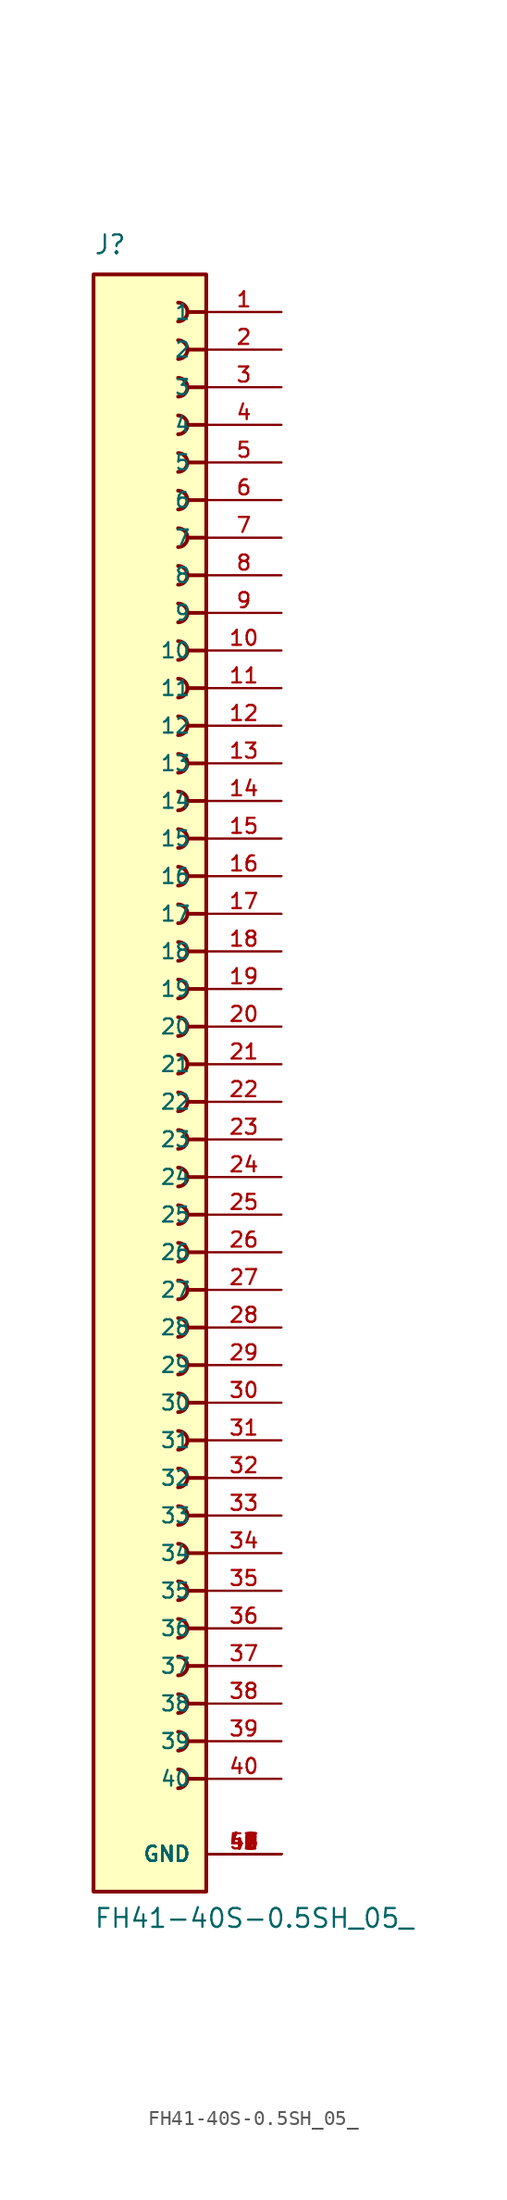
<source format=kicad_sym>
(kicad_symbol_lib
  (version 20211014)
  (generator kicad_symbol_editor)
  (symbol "FH41-40S-0.5SH_05_"
    (pin_names
      (offset 1.016))
    (property "Reference" "J"
      (at -7.62 54.61 0)
      (effects (font (size 1.27 1.27)) (justify bottom left)))
    (property "Value" "FH41-40S-0.5SH_05_"
      (at -7.62 -58.42 0)
      (effects (font (size 1.27 1.27)) (justify bottom left)))
    (symbol "FH41-40S-0.5SH_05__0_0"
      (polyline (pts (xy 0.0 50.8) (xy -1.27 50.8)) (stroke (width 0.254)))
      (arc (start -1.905 50.165) (mid -1.27 50.8) (end -1.905 51.435) (stroke (width 0.254) (type default) (color 0 0 0 0)) (fill (type none)))
      (polyline (pts (xy 0.0 48.26) (xy -1.27 48.26)) (stroke (width 0.254)))
      (arc (start -1.905 47.625) (mid -1.27 48.26) (end -1.905 48.895) (stroke (width 0.254) (type default) (color 0 0 0 0)) (fill (type none)))
      (polyline (pts (xy 0.0 45.72) (xy -1.27 45.72)) (stroke (width 0.254)))
      (arc (start -1.905 45.085) (mid -1.27 45.72) (end -1.905 46.355) (stroke (width 0.254) (type default) (color 0 0 0 0)) (fill (type none)))
      (polyline (pts (xy 0.0 43.18) (xy -1.27 43.18)) (stroke (width 0.254)))
      (arc (start -1.905 42.545) (mid -1.27 43.18) (end -1.905 43.815) (stroke (width 0.254) (type default) (color 0 0 0 0)) (fill (type none)))
      (polyline (pts (xy 0.0 40.64) (xy -1.27 40.64)) (stroke (width 0.254)))
      (arc (start -1.905 40.005) (mid -1.27 40.64) (end -1.905 41.275) (stroke (width 0.254) (type default) (color 0 0 0 0)) (fill (type none)))
      (polyline (pts (xy 0.0 38.1) (xy -1.27 38.1)) (stroke (width 0.254)))
      (arc (start -1.905 37.465) (mid -1.27 38.1) (end -1.905 38.735) (stroke (width 0.254) (type default) (color 0 0 0 0)) (fill (type none)))
      (polyline (pts (xy 0.0 35.56) (xy -1.27 35.56)) (stroke (width 0.254)))
      (arc (start -1.905 34.925) (mid -1.27 35.56) (end -1.905 36.195) (stroke (width 0.254) (type default) (color 0 0 0 0)) (fill (type none)))
      (polyline (pts (xy 0.0 33.02) (xy -1.27 33.02)) (stroke (width 0.254)))
      (arc (start -1.905 32.385) (mid -1.27 33.02) (end -1.905 33.655) (stroke (width 0.254) (type default) (color 0 0 0 0)) (fill (type none)))
      (polyline (pts (xy 0.0 30.48) (xy -1.27 30.48)) (stroke (width 0.254)))
      (arc (start -1.905 29.845) (mid -1.27 30.48) (end -1.905 31.115) (stroke (width 0.254) (type default) (color 0 0 0 0)) (fill (type none)))
      (polyline (pts (xy 0.0 27.94) (xy -1.27 27.94)) (stroke (width 0.254)))
      (arc (start -1.905 27.305) (mid -1.27 27.94) (end -1.905 28.575) (stroke (width 0.254) (type default) (color 0 0 0 0)) (fill (type none)))
      (polyline (pts (xy 0.0 25.4) (xy -1.27 25.4)) (stroke (width 0.254)))
      (arc (start -1.905 24.765) (mid -1.27 25.4) (end -1.905 26.035) (stroke (width 0.254) (type default) (color 0 0 0 0)) (fill (type none)))
      (polyline (pts (xy 0.0 22.86) (xy -1.27 22.86)) (stroke (width 0.254)))
      (arc (start -1.905 22.225) (mid -1.27 22.86) (end -1.905 23.495) (stroke (width 0.254) (type default) (color 0 0 0 0)) (fill (type none)))
      (polyline (pts (xy 0.0 20.32) (xy -1.27 20.32)) (stroke (width 0.254)))
      (arc (start -1.905 19.685) (mid -1.27 20.32) (end -1.905 20.955) (stroke (width 0.254) (type default) (color 0 0 0 0)) (fill (type none)))
      (polyline (pts (xy 0.0 17.78) (xy -1.27 17.78)) (stroke (width 0.254)))
      (arc (start -1.905 17.145) (mid -1.27 17.78) (end -1.905 18.415) (stroke (width 0.254) (type default) (color 0 0 0 0)) (fill (type none)))
      (polyline (pts (xy 0.0 15.24) (xy -1.27 15.24)) (stroke (width 0.254)))
      (arc (start -1.905 14.605) (mid -1.27 15.24) (end -1.905 15.875) (stroke (width 0.254) (type default) (color 0 0 0 0)) (fill (type none)))
      (polyline (pts (xy 0.0 12.7) (xy -1.27 12.7)) (stroke (width 0.254)))
      (arc (start -1.905 12.065) (mid -1.27 12.7) (end -1.905 13.335) (stroke (width 0.254) (type default) (color 0 0 0 0)) (fill (type none)))
      (polyline (pts (xy 0.0 10.16) (xy -1.27 10.16)) (stroke (width 0.254)))
      (arc (start -1.905 9.525) (mid -1.27 10.16) (end -1.905 10.795) (stroke (width 0.254) (type default) (color 0 0 0 0)) (fill (type none)))
      (polyline (pts (xy 0.0 7.62) (xy -1.27 7.62)) (stroke (width 0.254)))
      (arc (start -1.905 6.985) (mid -1.27 7.62) (end -1.905 8.255) (stroke (width 0.254) (type default) (color 0 0 0 0)) (fill (type none)))
      (polyline (pts (xy 0.0 5.08) (xy -1.27 5.08)) (stroke (width 0.254)))
      (arc (start -1.905 4.445) (mid -1.27 5.08) (end -1.905 5.715) (stroke (width 0.254) (type default) (color 0 0 0 0)) (fill (type none)))
      (polyline (pts (xy 0.0 2.54) (xy -1.27 2.54)) (stroke (width 0.254)))
      (arc (start -1.905 1.905) (mid -1.27 2.54) (end -1.905 3.175) (stroke (width 0.254) (type default) (color 0 0 0 0)) (fill (type none)))
      (polyline (pts (xy 0.0 0.0) (xy -1.27 0.0)) (stroke (width 0.254)))
      (arc (start -1.905 -0.635) (mid -1.27 0.0) (end -1.905 0.635) (stroke (width 0.254) (type default) (color 0 0 0 0)) (fill (type none)))
      (polyline (pts (xy 0.0 -2.54) (xy -1.27 -2.54)) (stroke (width 0.254)))
      (arc (start -1.905 -3.175) (mid -1.27 -2.54) (end -1.905 -1.905) (stroke (width 0.254) (type default) (color 0 0 0 0)) (fill (type none)))
      (polyline (pts (xy 0.0 -5.08) (xy -1.27 -5.08)) (stroke (width 0.254)))
      (arc (start -1.905 -5.715) (mid -1.27 -5.08) (end -1.905 -4.445) (stroke (width 0.254) (type default) (color 0 0 0 0)) (fill (type none)))
      (polyline (pts (xy 0.0 -7.62) (xy -1.27 -7.62)) (stroke (width 0.254)))
      (arc (start -1.905 -8.255) (mid -1.27 -7.62) (end -1.905 -6.985) (stroke (width 0.254) (type default) (color 0 0 0 0)) (fill (type none)))
      (polyline (pts (xy 0.0 -10.16) (xy -1.27 -10.16)) (stroke (width 0.254)))
      (arc (start -1.905 -10.795) (mid -1.27 -10.16) (end -1.905 -9.525) (stroke (width 0.254) (type default) (color 0 0 0 0)) (fill (type none)))
      (polyline (pts (xy 0.0 -12.7) (xy -1.27 -12.7)) (stroke (width 0.254)))
      (arc (start -1.905 -13.335) (mid -1.27 -12.7) (end -1.905 -12.065) (stroke (width 0.254) (type default) (color 0 0 0 0)) (fill (type none)))
      (polyline (pts (xy 0.0 -15.24) (xy -1.27 -15.24)) (stroke (width 0.254)))
      (arc (start -1.905 -15.875) (mid -1.27 -15.24) (end -1.905 -14.605) (stroke (width 0.254) (type default) (color 0 0 0 0)) (fill (type none)))
      (polyline (pts (xy 0.0 -22.86) (xy -1.27 -22.86)) (stroke (width 0.254)))
      (arc (start -1.905 -23.495) (mid -1.27 -22.86) (end -1.905 -22.225) (stroke (width 0.254) (type default) (color 0 0 0 0)) (fill (type none)))
      (polyline (pts (xy 0.0 -20.32) (xy -1.27 -20.32)) (stroke (width 0.254)))
      (arc (start -1.905 -20.955) (mid -1.27 -20.32) (end -1.905 -19.685) (stroke (width 0.254) (type default) (color 0 0 0 0)) (fill (type none)))
      (polyline (pts (xy 0.0 -17.78) (xy -1.27 -17.78)) (stroke (width 0.254)))
      (arc (start -1.905 -18.415) (mid -1.27 -17.78) (end -1.905 -17.145) (stroke (width 0.254) (type default) (color 0 0 0 0)) (fill (type none)))
      (polyline (pts (xy 0.0 -25.4) (xy -1.27 -25.4)) (stroke (width 0.254)))
      (arc (start -1.905 -26.035) (mid -1.27 -25.4) (end -1.905 -24.765) (stroke (width 0.254) (type default) (color 0 0 0 0)) (fill (type none)))
      (polyline (pts (xy 0.0 -27.94) (xy -1.27 -27.94)) (stroke (width 0.254)))
      (arc (start -1.905 -28.575) (mid -1.27 -27.94) (end -1.905 -27.305) (stroke (width 0.254) (type default) (color 0 0 0 0)) (fill (type none)))
      (polyline (pts (xy 0.0 -30.48) (xy -1.27 -30.48)) (stroke (width 0.254)))
      (arc (start -1.905 -31.115) (mid -1.27 -30.48) (end -1.905 -29.845) (stroke (width 0.254) (type default) (color 0 0 0 0)) (fill (type none)))
      (polyline (pts (xy 0.0 -33.02) (xy -1.27 -33.02)) (stroke (width 0.254)))
      (arc (start -1.905 -33.655) (mid -1.27 -33.02) (end -1.905 -32.385) (stroke (width 0.254) (type default) (color 0 0 0 0)) (fill (type none)))
      (polyline (pts (xy 0.0 -35.56) (xy -1.27 -35.56)) (stroke (width 0.254)))
      (arc (start -1.905 -36.195) (mid -1.27 -35.56) (end -1.905 -34.925) (stroke (width 0.254) (type default) (color 0 0 0 0)) (fill (type none)))
      (polyline (pts (xy 0.0 -38.1) (xy -1.27 -38.1)) (stroke (width 0.254)))
      (arc (start -1.905 -38.735) (mid -1.27 -38.1) (end -1.905 -37.465) (stroke (width 0.254) (type default) (color 0 0 0 0)) (fill (type none)))
      (polyline (pts (xy 0.0 -40.64) (xy -1.27 -40.64)) (stroke (width 0.254)))
      (arc (start -1.905 -41.275) (mid -1.27 -40.64) (end -1.905 -40.005) (stroke (width 0.254) (type default) (color 0 0 0 0)) (fill (type none)))
      (polyline (pts (xy 0.0 -43.18) (xy -1.27 -43.18)) (stroke (width 0.254)))
      (arc (start -1.905 -43.815) (mid -1.27 -43.18) (end -1.905 -42.545) (stroke (width 0.254) (type default) (color 0 0 0 0)) (fill (type none)))
      (polyline (pts (xy 0.0 -45.72) (xy -1.27 -45.72)) (stroke (width 0.254)))
      (arc (start -1.905 -46.355) (mid -1.27 -45.72) (end -1.905 -45.085) (stroke (width 0.254) (type default) (color 0 0 0 0)) (fill (type none)))
      (polyline (pts (xy 0.0 -48.26) (xy -1.27 -48.26)) (stroke (width 0.254)))
      (arc (start -1.905 -48.895) (mid -1.27 -48.26) (end -1.905 -47.625) (stroke (width 0.254) (type default) (color 0 0 0 0)) (fill (type none)))
      (rectangle (start -7.62 -55.88) (end 4.4408920985e-16 53.34) (stroke (width 0.254)) (fill (type background)))
      (pin passive line (at 5.08 50.8 180.0) (length 5.08) (name "1" (effects (font (size 1.016 1.016)))) (number "1" (effects (font (size 1.016 1.016)))))
      (pin passive line (at 5.08 48.26 180.0) (length 5.08) (name "2" (effects (font (size 1.016 1.016)))) (number "2" (effects (font (size 1.016 1.016)))))
      (pin passive line (at 5.08 45.72 180.0) (length 5.08) (name "3" (effects (font (size 1.016 1.016)))) (number "3" (effects (font (size 1.016 1.016)))))
      (pin passive line (at 5.08 43.18 180.0) (length 5.08) (name "4" (effects (font (size 1.016 1.016)))) (number "4" (effects (font (size 1.016 1.016)))))
      (pin passive line (at 5.08 40.64 180.0) (length 5.08) (name "5" (effects (font (size 1.016 1.016)))) (number "5" (effects (font (size 1.016 1.016)))))
      (pin passive line (at 5.08 38.1 180.0) (length 5.08) (name "6" (effects (font (size 1.016 1.016)))) (number "6" (effects (font (size 1.016 1.016)))))
      (pin passive line (at 5.08 35.56 180.0) (length 5.08) (name "7" (effects (font (size 1.016 1.016)))) (number "7" (effects (font (size 1.016 1.016)))))
      (pin passive line (at 5.08 33.02 180.0) (length 5.08) (name "8" (effects (font (size 1.016 1.016)))) (number "8" (effects (font (size 1.016 1.016)))))
      (pin passive line (at 5.08 30.48 180.0) (length 5.08) (name "9" (effects (font (size 1.016 1.016)))) (number "9" (effects (font (size 1.016 1.016)))))
      (pin passive line (at 5.08 27.94 180.0) (length 5.08) (name "10" (effects (font (size 1.016 1.016)))) (number "10" (effects (font (size 1.016 1.016)))))
      (pin passive line (at 5.08 25.4 180.0) (length 5.08) (name "11" (effects (font (size 1.016 1.016)))) (number "11" (effects (font (size 1.016 1.016)))))
      (pin passive line (at 5.08 22.86 180.0) (length 5.08) (name "12" (effects (font (size 1.016 1.016)))) (number "12" (effects (font (size 1.016 1.016)))))
      (pin passive line (at 5.08 20.32 180.0) (length 5.08) (name "13" (effects (font (size 1.016 1.016)))) (number "13" (effects (font (size 1.016 1.016)))))
      (pin passive line (at 5.08 17.78 180.0) (length 5.08) (name "14" (effects (font (size 1.016 1.016)))) (number "14" (effects (font (size 1.016 1.016)))))
      (pin passive line (at 5.08 15.24 180.0) (length 5.08) (name "15" (effects (font (size 1.016 1.016)))) (number "15" (effects (font (size 1.016 1.016)))))
      (pin power_in line (at 5.08 -53.34 180.0) (length 5.08) (name "GND" (effects (font (size 1.016 1.016)))) (number "41" (effects (font (size 1.016 1.016)))))
      (pin power_in line (at 5.08 -53.34 180.0) (length 5.08) (name "GND" (effects (font (size 1.016 1.016)))) (number "42" (effects (font (size 1.016 1.016)))))
      (pin power_in line (at 5.08 -53.34 180.0) (length 5.08) (name "GND" (effects (font (size 1.016 1.016)))) (number "43" (effects (font (size 1.016 1.016)))))
      (pin power_in line (at 5.08 -53.34 180.0) (length 5.08) (name "GND" (effects (font (size 1.016 1.016)))) (number "44" (effects (font (size 1.016 1.016)))))
      (pin power_in line (at 5.08 -53.34 180.0) (length 5.08) (name "GND" (effects (font (size 1.016 1.016)))) (number "45" (effects (font (size 1.016 1.016)))))
      (pin power_in line (at 5.08 -53.34 180.0) (length 5.08) (name "GND" (effects (font (size 1.016 1.016)))) (number "46" (effects (font (size 1.016 1.016)))))
      (pin power_in line (at 5.08 -53.34 180.0) (length 5.08) (name "GND" (effects (font (size 1.016 1.016)))) (number "47" (effects (font (size 1.016 1.016)))))
      (pin power_in line (at 5.08 -53.34 180.0) (length 5.08) (name "GND" (effects (font (size 1.016 1.016)))) (number "48" (effects (font (size 1.016 1.016)))))
      (pin power_in line (at 5.08 -53.34 180.0) (length 5.08) (name "GND" (effects (font (size 1.016 1.016)))) (number "49" (effects (font (size 1.016 1.016)))))
      (pin power_in line (at 5.08 -53.34 180.0) (length 5.08) (name "GND" (effects (font (size 1.016 1.016)))) (number "50" (effects (font (size 1.016 1.016)))))
      (pin passive line (at 5.08 12.7 180.0) (length 5.08) (name "16" (effects (font (size 1.016 1.016)))) (number "16" (effects (font (size 1.016 1.016)))))
      (pin passive line (at 5.08 10.16 180.0) (length 5.08) (name "17" (effects (font (size 1.016 1.016)))) (number "17" (effects (font (size 1.016 1.016)))))
      (pin passive line (at 5.08 7.62 180.0) (length 5.08) (name "18" (effects (font (size 1.016 1.016)))) (number "18" (effects (font (size 1.016 1.016)))))
      (pin passive line (at 5.08 5.08 180.0) (length 5.08) (name "19" (effects (font (size 1.016 1.016)))) (number "19" (effects (font (size 1.016 1.016)))))
      (pin passive line (at 5.08 2.54 180.0) (length 5.08) (name "20" (effects (font (size 1.016 1.016)))) (number "20" (effects (font (size 1.016 1.016)))))
      (pin passive line (at 5.08 0.0 180.0) (length 5.08) (name "21" (effects (font (size 1.016 1.016)))) (number "21" (effects (font (size 1.016 1.016)))))
      (pin passive line (at 5.08 -2.54 180.0) (length 5.08) (name "22" (effects (font (size 1.016 1.016)))) (number "22" (effects (font (size 1.016 1.016)))))
      (pin passive line (at 5.08 -5.08 180.0) (length 5.08) (name "23" (effects (font (size 1.016 1.016)))) (number "23" (effects (font (size 1.016 1.016)))))
      (pin passive line (at 5.08 -7.62 180.0) (length 5.08) (name "24" (effects (font (size 1.016 1.016)))) (number "24" (effects (font (size 1.016 1.016)))))
      (pin passive line (at 5.08 -10.16 180.0) (length 5.08) (name "25" (effects (font (size 1.016 1.016)))) (number "25" (effects (font (size 1.016 1.016)))))
      (pin passive line (at 5.08 -12.7 180.0) (length 5.08) (name "26" (effects (font (size 1.016 1.016)))) (number "26" (effects (font (size 1.016 1.016)))))
      (pin passive line (at 5.08 -15.24 180.0) (length 5.08) (name "27" (effects (font (size 1.016 1.016)))) (number "27" (effects (font (size 1.016 1.016)))))
      (pin passive line (at 5.08 -17.78 180.0) (length 5.08) (name "28" (effects (font (size 1.016 1.016)))) (number "28" (effects (font (size 1.016 1.016)))))
      (pin passive line (at 5.08 -20.32 180.0) (length 5.08) (name "29" (effects (font (size 1.016 1.016)))) (number "29" (effects (font (size 1.016 1.016)))))
      (pin passive line (at 5.08 -22.86 180.0) (length 5.08) (name "30" (effects (font (size 1.016 1.016)))) (number "30" (effects (font (size 1.016 1.016)))))
      (pin passive line (at 5.08 -25.4 180.0) (length 5.08) (name "31" (effects (font (size 1.016 1.016)))) (number "31" (effects (font (size 1.016 1.016)))))
      (pin passive line (at 5.08 -27.94 180.0) (length 5.08) (name "32" (effects (font (size 1.016 1.016)))) (number "32" (effects (font (size 1.016 1.016)))))
      (pin passive line (at 5.08 -30.48 180.0) (length 5.08) (name "33" (effects (font (size 1.016 1.016)))) (number "33" (effects (font (size 1.016 1.016)))))
      (pin passive line (at 5.08 -33.02 180.0) (length 5.08) (name "34" (effects (font (size 1.016 1.016)))) (number "34" (effects (font (size 1.016 1.016)))))
      (pin passive line (at 5.08 -35.56 180.0) (length 5.08) (name "35" (effects (font (size 1.016 1.016)))) (number "35" (effects (font (size 1.016 1.016)))))
      (pin passive line (at 5.08 -38.1 180.0) (length 5.08) (name "36" (effects (font (size 1.016 1.016)))) (number "36" (effects (font (size 1.016 1.016)))))
      (pin passive line (at 5.08 -40.64 180.0) (length 5.08) (name "37" (effects (font (size 1.016 1.016)))) (number "37" (effects (font (size 1.016 1.016)))))
      (pin passive line (at 5.08 -43.18 180.0) (length 5.08) (name "38" (effects (font (size 1.016 1.016)))) (number "38" (effects (font (size 1.016 1.016)))))
      (pin passive line (at 5.08 -45.72 180.0) (length 5.08) (name "39" (effects (font (size 1.016 1.016)))) (number "39" (effects (font (size 1.016 1.016)))))
      (pin passive line (at 5.08 -48.26 180.0) (length 5.08) (name "40" (effects (font (size 1.016 1.016)))) (number "40" (effects (font (size 1.016 1.016))))))))
</source>
